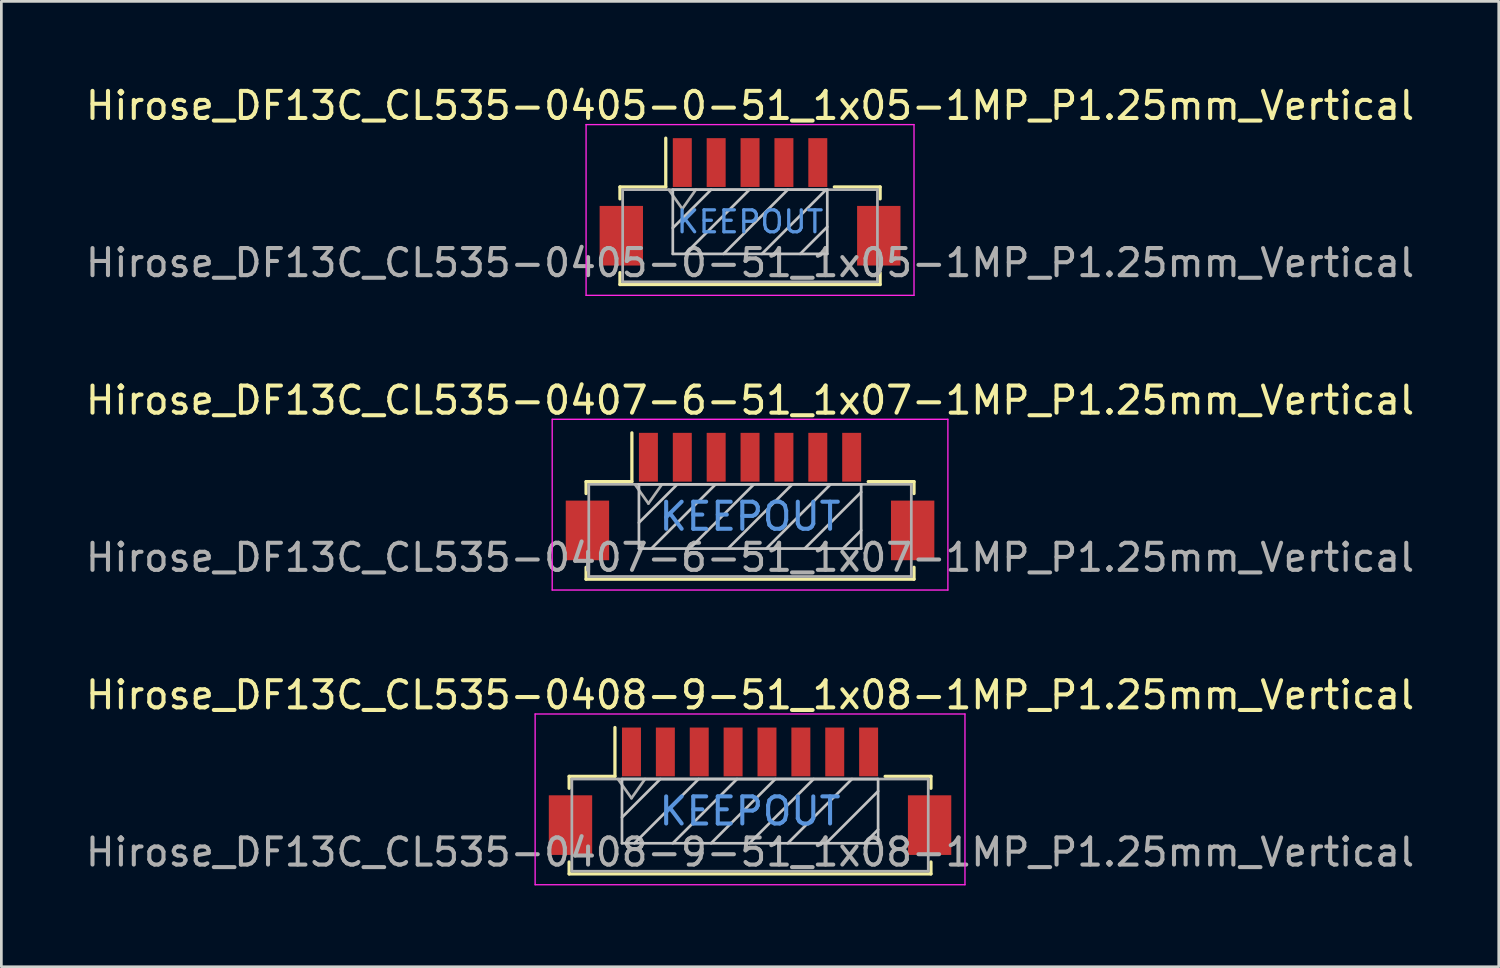
<source format=kicad_pcb>
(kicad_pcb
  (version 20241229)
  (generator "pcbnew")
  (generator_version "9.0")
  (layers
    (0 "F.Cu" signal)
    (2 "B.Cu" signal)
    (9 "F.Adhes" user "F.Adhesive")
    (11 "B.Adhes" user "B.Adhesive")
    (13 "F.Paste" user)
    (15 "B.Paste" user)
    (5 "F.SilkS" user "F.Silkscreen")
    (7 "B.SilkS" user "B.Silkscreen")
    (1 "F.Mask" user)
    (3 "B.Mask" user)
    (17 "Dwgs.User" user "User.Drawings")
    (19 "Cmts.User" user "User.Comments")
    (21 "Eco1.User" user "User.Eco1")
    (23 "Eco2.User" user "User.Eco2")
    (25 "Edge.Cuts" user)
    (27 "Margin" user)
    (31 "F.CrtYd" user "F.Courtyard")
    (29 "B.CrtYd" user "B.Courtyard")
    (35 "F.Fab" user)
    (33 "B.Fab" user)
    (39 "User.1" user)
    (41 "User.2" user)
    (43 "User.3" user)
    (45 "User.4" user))
  (footprint "Hirose_DF13C_CL535-0407-6-51_1x07-1MP_P1.25mm_Vertical"
    (layer "F.Cu")
    (at 24.625 15.271)
    (property "Reference" "Hirose_DF13C_CL535-0407-6-51_1x07-1MP_P1.25mm_Vertical" (at 0 -3.55 0) (layer "F.SilkS") (effects (font (size 1 1) (thickness 0.15))))
    (attr smd)
    (fp_line (start -6.05 -0.55) (end -6.05 -0.11) (stroke (width 0.12) (type solid)) (layer "F.SilkS"))
    (fp_line (start -6.05 2.61) (end -6.05 3.05) (stroke (width 0.12) (type solid)) (layer "F.SilkS"))
    (fp_line (start -6.05 3.05) (end 6.05 3.05) (stroke (width 0.12) (type solid)) (layer "F.SilkS"))
    (fp_line (start -4.36 -0.55) (end -6.05 -0.55) (stroke (width 0.12) (type solid)) (layer "F.SilkS"))
    (fp_line (start -4.36 -0.55) (end -4.36 -2.35) (stroke (width 0.12) (type solid)) (layer "F.SilkS"))
    (fp_line (start 4.36 -0.55) (end 6.05 -0.55) (stroke (width 0.12) (type solid)) (layer "F.SilkS"))
    (fp_line (start 6.05 -0.55) (end 6.05 -0.11) (stroke (width 0.12) (type solid)) (layer "F.SilkS"))
    (fp_line (start 6.05 3.05) (end 6.05 2.61) (stroke (width 0.12) (type solid)) (layer "F.SilkS"))
    (fp_line (start -4.1 -0.45) (end -4.1 1.92) (stroke (width 0.1) (type solid)) (layer "Dwgs.User"))
    (fp_line (start -4.1 1.92) (end 4.1 1.92) (stroke (width 0.1) (type solid)) (layer "Dwgs.User"))
    (fp_line (start -2.686 -0.45) (end -4.1 0.964) (stroke (width 0.1) (type solid)) (layer "Dwgs.User"))
    (fp_line (start -1.272 -0.45) (end -3.642 1.92) (stroke (width 0.1) (type solid)) (layer "Dwgs.User"))
    (fp_line (start 0.143 -0.45) (end -2.227 1.92) (stroke (width 0.1) (type solid)) (layer "Dwgs.User"))
    (fp_line (start 1.557 -0.45) (end -0.813 1.92) (stroke (width 0.1) (type solid)) (layer "Dwgs.User"))
    (fp_line (start 2.971 -0.45) (end 0.601 1.92) (stroke (width 0.1) (type solid)) (layer "Dwgs.User"))
    (fp_line (start 4.1 -0.45) (end -4.1 -0.45) (stroke (width 0.1) (type solid)) (layer "Dwgs.User"))
    (fp_line (start 4.1 -0.165) (end 2.015 1.92) (stroke (width 0.1) (type solid)) (layer "Dwgs.User"))
    (fp_line (start 4.1 1.249) (end 3.429 1.92) (stroke (width 0.1) (type solid)) (layer "Dwgs.User"))
    (fp_line (start 4.1 1.92) (end 4.1 -0.45) (stroke (width 0.1) (type solid)) (layer "Dwgs.User"))
    (fp_line (start -7.3 -2.85) (end -7.3 3.45) (stroke (width 0.05) (type solid)) (layer "F.CrtYd"))
    (fp_line (start -7.3 3.45) (end 7.3 3.45) (stroke (width 0.05) (type solid)) (layer "F.CrtYd"))
    (fp_line (start 7.3 -2.85) (end -7.3 -2.85) (stroke (width 0.05) (type solid)) (layer "F.CrtYd"))
    (fp_line (start 7.3 3.45) (end 7.3 -2.85) (stroke (width 0.05) (type solid)) (layer "F.CrtYd"))
    (fp_line (start -5.95 -0.45) (end -5.95 2.95) (stroke (width 0.1) (type solid)) (layer "F.Fab"))
    (fp_line (start -5.95 2.95) (end 5.95 2.95) (stroke (width 0.1) (type solid)) (layer "F.Fab"))
    (fp_line (start -4.25 -0.45) (end -3.75 0.257) (stroke (width 0.1) (type solid)) (layer "F.Fab"))
    (fp_line (start -3.75 0.257) (end -3.25 -0.45) (stroke (width 0.1) (type solid)) (layer "F.Fab"))
    (fp_line (start 5.95 -0.45) (end -5.95 -0.45) (stroke (width 0.1) (type solid)) (layer "F.Fab"))
    (fp_line (start 5.95 2.95) (end 5.95 -0.45) (stroke (width 0.1) (type solid)) (layer "F.Fab"))
    (fp_text user "KEEPOUT" (at 0 0.735 0) (layer "Cmts.User") (effects (font (size 1 1) (thickness 0.15))))
    (fp_text user "${REFERENCE}" (at 0 2.25 0) (layer "F.Fab") (effects (font (size 1 1) (thickness 0.15))))
    (pad "1" smd rect (at -3.75 -1.45) (size 0.7 1.8) (layers "F.Cu" "F.Mask" "F.Paste"))
    (pad "2" smd rect (at -2.5 -1.45) (size 0.7 1.8) (layers "F.Cu" "F.Mask" "F.Paste"))
    (pad "3" smd rect (at -1.25 -1.45) (size 0.7 1.8) (layers "F.Cu" "F.Mask" "F.Paste"))
    (pad "4" smd rect (at 0 -1.45) (size 0.7 1.8) (layers "F.Cu" "F.Mask" "F.Paste"))
    (pad "5" smd rect (at 1.25 -1.45) (size 0.7 1.8) (layers "F.Cu" "F.Mask" "F.Paste"))
    (pad "6" smd rect (at 2.5 -1.45) (size 0.7 1.8) (layers "F.Cu" "F.Mask" "F.Paste"))
    (pad "7" smd rect (at 3.75 -1.45) (size 0.7 1.8) (layers "F.Cu" "F.Mask" "F.Paste"))
    (pad "MP" smd rect (at -6 1.25) (size 1.6 2.2) (layers "F.Cu" "F.Mask" "F.Paste"))
    (pad "MP" smd rect (at 6 1.25) (size 1.6 2.2) (layers "F.Cu" "F.Mask" "F.Paste")))
  (footprint "Hirose_DF13C_CL535-0408-9-51_1x08-1MP_P1.25mm_Vertical"
    (layer "F.Cu")
    (at 24.625 26.145)
    (property "Reference" "Hirose_DF13C_CL535-0408-9-51_1x08-1MP_P1.25mm_Vertical" (at 0 -3.55 0) (layer "F.SilkS") (effects (font (size 1 1) (thickness 0.15))))
    (attr smd)
    (fp_line (start -6.675 -0.55) (end -6.675 -0.11) (stroke (width 0.12) (type solid)) (layer "F.SilkS"))
    (fp_line (start -6.675 2.61) (end -6.675 3.05) (stroke (width 0.12) (type solid)) (layer "F.SilkS"))
    (fp_line (start -6.675 3.05) (end 6.675 3.05) (stroke (width 0.12) (type solid)) (layer "F.SilkS"))
    (fp_line (start -4.985 -0.55) (end -6.675 -0.55) (stroke (width 0.12) (type solid)) (layer "F.SilkS"))
    (fp_line (start -4.985 -0.55) (end -4.985 -2.35) (stroke (width 0.12) (type solid)) (layer "F.SilkS"))
    (fp_line (start 4.985 -0.55) (end 6.675 -0.55) (stroke (width 0.12) (type solid)) (layer "F.SilkS"))
    (fp_line (start 6.675 -0.55) (end 6.675 -0.11) (stroke (width 0.12) (type solid)) (layer "F.SilkS"))
    (fp_line (start 6.675 3.05) (end 6.675 2.61) (stroke (width 0.12) (type solid)) (layer "F.SilkS"))
    (fp_line (start -4.725 -0.45) (end -4.725 1.92) (stroke (width 0.1) (type solid)) (layer "Dwgs.User"))
    (fp_line (start -4.725 1.92) (end 4.725 1.92) (stroke (width 0.1) (type solid)) (layer "Dwgs.User"))
    (fp_line (start -3.311 -0.45) (end -4.725 0.964) (stroke (width 0.1) (type solid)) (layer "Dwgs.User"))
    (fp_line (start -1.897 -0.45) (end -4.267 1.92) (stroke (width 0.1) (type solid)) (layer "Dwgs.User"))
    (fp_line (start -0.482 -0.45) (end -2.852 1.92) (stroke (width 0.1) (type solid)) (layer "Dwgs.User"))
    (fp_line (start 0.932 -0.45) (end -1.438 1.92) (stroke (width 0.1) (type solid)) (layer "Dwgs.User"))
    (fp_line (start 2.346 -0.45) (end -0.024 1.92) (stroke (width 0.1) (type solid)) (layer "Dwgs.User"))
    (fp_line (start 3.76 -0.45) (end 1.39 1.92) (stroke (width 0.1) (type solid)) (layer "Dwgs.User"))
    (fp_line (start 4.725 -0.45) (end -4.725 -0.45) (stroke (width 0.1) (type solid)) (layer "Dwgs.User"))
    (fp_line (start 4.725 -0.001) (end 2.804 1.92) (stroke (width 0.1) (type solid)) (layer "Dwgs.User"))
    (fp_line (start 4.725 1.414) (end 4.219 1.92) (stroke (width 0.1) (type solid)) (layer "Dwgs.User"))
    (fp_line (start 4.725 1.92) (end 4.725 -0.45) (stroke (width 0.1) (type solid)) (layer "Dwgs.User"))
    (fp_line (start -7.93 -2.85) (end -7.93 3.45) (stroke (width 0.05) (type solid)) (layer "F.CrtYd"))
    (fp_line (start -7.93 3.45) (end 7.93 3.45) (stroke (width 0.05) (type solid)) (layer "F.CrtYd"))
    (fp_line (start 7.93 -2.85) (end -7.93 -2.85) (stroke (width 0.05) (type solid)) (layer "F.CrtYd"))
    (fp_line (start 7.93 3.45) (end 7.93 -2.85) (stroke (width 0.05) (type solid)) (layer "F.CrtYd"))
    (fp_line (start -6.575 -0.45) (end -6.575 2.95) (stroke (width 0.1) (type solid)) (layer "F.Fab"))
    (fp_line (start -6.575 2.95) (end 6.575 2.95) (stroke (width 0.1) (type solid)) (layer "F.Fab"))
    (fp_line (start -4.875 -0.45) (end -4.375 0.257) (stroke (width 0.1) (type solid)) (layer "F.Fab"))
    (fp_line (start -4.375 0.257) (end -3.875 -0.45) (stroke (width 0.1) (type solid)) (layer "F.Fab"))
    (fp_line (start 6.575 -0.45) (end -6.575 -0.45) (stroke (width 0.1) (type solid)) (layer "F.Fab"))
    (fp_line (start 6.575 2.95) (end 6.575 -0.45) (stroke (width 0.1) (type solid)) (layer "F.Fab"))
    (fp_text user "KEEPOUT" (at 0 0.735 0) (layer "Cmts.User") (effects (font (size 1 1) (thickness 0.15))))
    (fp_text user "${REFERENCE}" (at 0 2.25 0) (layer "F.Fab") (effects (font (size 1 1) (thickness 0.15))))
    (pad "1" smd rect (at -4.375 -1.45) (size 0.7 1.8) (layers "F.Cu" "F.Mask" "F.Paste"))
    (pad "2" smd rect (at -3.125 -1.45) (size 0.7 1.8) (layers "F.Cu" "F.Mask" "F.Paste"))
    (pad "3" smd rect (at -1.875 -1.45) (size 0.7 1.8) (layers "F.Cu" "F.Mask" "F.Paste"))
    (pad "4" smd rect (at -0.625 -1.45) (size 0.7 1.8) (layers "F.Cu" "F.Mask" "F.Paste"))
    (pad "5" smd rect (at 0.625 -1.45) (size 0.7 1.8) (layers "F.Cu" "F.Mask" "F.Paste"))
    (pad "6" smd rect (at 1.875 -1.45) (size 0.7 1.8) (layers "F.Cu" "F.Mask" "F.Paste"))
    (pad "7" smd rect (at 3.125 -1.45) (size 0.7 1.8) (layers "F.Cu" "F.Mask" "F.Paste"))
    (pad "8" smd rect (at 4.375 -1.45) (size 0.7 1.8) (layers "F.Cu" "F.Mask" "F.Paste"))
    (pad "MP" smd rect (at -6.625 1.25) (size 1.6 2.2) (layers "F.Cu" "F.Mask" "F.Paste"))
    (pad "MP" smd rect (at 6.625 1.25) (size 1.6 2.2) (layers "F.Cu" "F.Mask" "F.Paste")))
  (footprint "Hirose_DF13C_CL535-0405-0-51_1x05-1MP_P1.25mm_Vertical"
    (layer "F.Cu")
    (at 24.625 4.398)
    (property "Reference" "Hirose_DF13C_CL535-0405-0-51_1x05-1MP_P1.25mm_Vertical" (at 0 -3.55 0) (layer "F.SilkS") (effects (font (size 1 1) (thickness 0.15))))
    (attr smd)
    (fp_line (start -4.8 -0.55) (end -4.8 -0.11) (stroke (width 0.12) (type solid)) (layer "F.SilkS"))
    (fp_line (start -4.8 2.61) (end -4.8 3.05) (stroke (width 0.12) (type solid)) (layer "F.SilkS"))
    (fp_line (start -4.8 3.05) (end 4.8 3.05) (stroke (width 0.12) (type solid)) (layer "F.SilkS"))
    (fp_line (start -3.11 -0.55) (end -4.8 -0.55) (stroke (width 0.12) (type solid)) (layer "F.SilkS"))
    (fp_line (start -3.11 -0.55) (end -3.11 -2.35) (stroke (width 0.12) (type solid)) (layer "F.SilkS"))
    (fp_line (start 3.11 -0.55) (end 4.8 -0.55) (stroke (width 0.12) (type solid)) (layer "F.SilkS"))
    (fp_line (start 4.8 -0.55) (end 4.8 -0.11) (stroke (width 0.12) (type solid)) (layer "F.SilkS"))
    (fp_line (start 4.8 3.05) (end 4.8 2.61) (stroke (width 0.12) (type solid)) (layer "F.SilkS"))
    (fp_line (start -2.85 -0.45) (end -2.85 1.92) (stroke (width 0.1) (type solid)) (layer "Dwgs.User"))
    (fp_line (start -2.85 1.92) (end 2.85 1.92) (stroke (width 0.1) (type solid)) (layer "Dwgs.User"))
    (fp_line (start -1.436 -0.45) (end -2.85 0.964) (stroke (width 0.1) (type solid)) (layer "Dwgs.User"))
    (fp_line (start -0.022 -0.45) (end -2.392 1.92) (stroke (width 0.1) (type solid)) (layer "Dwgs.User"))
    (fp_line (start 1.393 -0.45) (end -0.977 1.92) (stroke (width 0.1) (type solid)) (layer "Dwgs.User"))
    (fp_line (start 2.807 -0.45) (end 0.437 1.92) (stroke (width 0.1) (type solid)) (layer "Dwgs.User"))
    (fp_line (start 2.85 -0.45) (end -2.85 -0.45) (stroke (width 0.1) (type solid)) (layer "Dwgs.User"))
    (fp_line (start 2.85 0.921) (end 1.851 1.92) (stroke (width 0.1) (type solid)) (layer "Dwgs.User"))
    (fp_line (start 2.85 1.92) (end 2.85 -0.45) (stroke (width 0.1) (type solid)) (layer "Dwgs.User"))
    (fp_line (start -6.05 -2.85) (end -6.05 3.45) (stroke (width 0.05) (type solid)) (layer "F.CrtYd"))
    (fp_line (start -6.05 3.45) (end 6.05 3.45) (stroke (width 0.05) (type solid)) (layer "F.CrtYd"))
    (fp_line (start 6.05 -2.85) (end -6.05 -2.85) (stroke (width 0.05) (type solid)) (layer "F.CrtYd"))
    (fp_line (start 6.05 3.45) (end 6.05 -2.85) (stroke (width 0.05) (type solid)) (layer "F.CrtYd"))
    (fp_line (start -4.7 -0.45) (end -4.7 2.95) (stroke (width 0.1) (type solid)) (layer "F.Fab"))
    (fp_line (start -4.7 2.95) (end 4.7 2.95) (stroke (width 0.1) (type solid)) (layer "F.Fab"))
    (fp_line (start -3 -0.45) (end -2.5 0.257) (stroke (width 0.1) (type solid)) (layer "F.Fab"))
    (fp_line (start -2.5 0.257) (end -2 -0.45) (stroke (width 0.1) (type solid)) (layer "F.Fab"))
    (fp_line (start 4.7 -0.45) (end -4.7 -0.45) (stroke (width 0.1) (type solid)) (layer "F.Fab"))
    (fp_line (start 4.7 2.95) (end 4.7 -0.45) (stroke (width 0.1) (type solid)) (layer "F.Fab"))
    (fp_text user "KEEPOUT" (at 0 0.735 0) (layer "Cmts.User") (effects (font (size 0.81 0.81) (thickness 0.121))))
    (fp_text user "${REFERENCE}" (at 0 2.25 0) (layer "F.Fab") (effects (font (size 1 1) (thickness 0.15))))
    (pad "1" smd rect (at -2.5 -1.45) (size 0.7 1.8) (layers "F.Cu" "F.Mask" "F.Paste"))
    (pad "2" smd rect (at -1.25 -1.45) (size 0.7 1.8) (layers "F.Cu" "F.Mask" "F.Paste"))
    (pad "3" smd rect (at 0 -1.45) (size 0.7 1.8) (layers "F.Cu" "F.Mask" "F.Paste"))
    (pad "4" smd rect (at 1.25 -1.45) (size 0.7 1.8) (layers "F.Cu" "F.Mask" "F.Paste"))
    (pad "5" smd rect (at 2.5 -1.45) (size 0.7 1.8) (layers "F.Cu" "F.Mask" "F.Paste"))
    (pad "MP" smd rect (at -4.75 1.25) (size 1.6 2.2) (layers "F.Cu" "F.Mask" "F.Paste"))
    (pad "MP" smd rect (at 4.75 1.25) (size 1.6 2.2) (layers "F.Cu" "F.Mask" "F.Paste")))
  (gr_rect
    (start -3 -3)
    (end 52.25 32.62)
    (stroke (width 0.1) (type default))
    (fill no)
    (layer "Edge.Cuts")))
</source>
